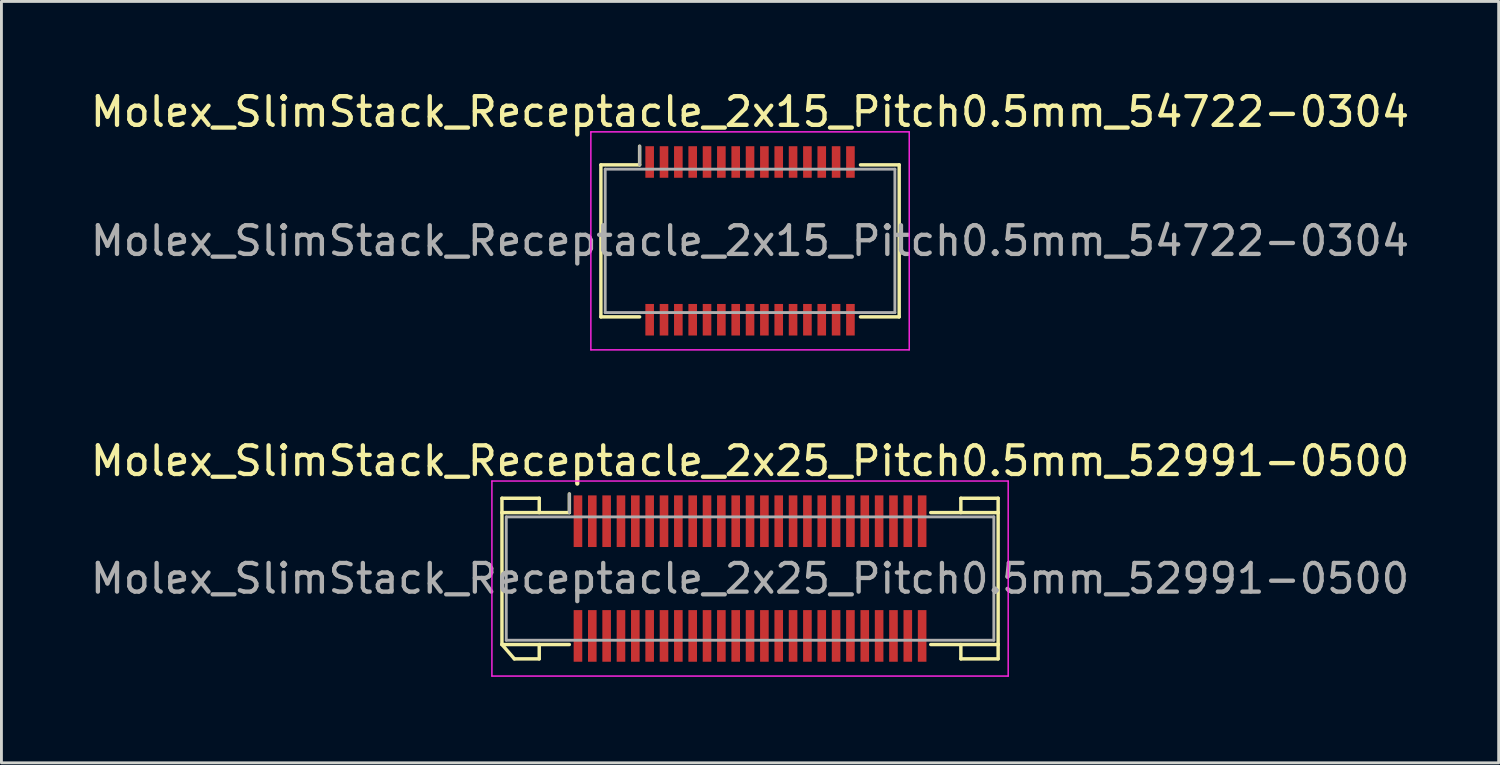
<source format=kicad_pcb>
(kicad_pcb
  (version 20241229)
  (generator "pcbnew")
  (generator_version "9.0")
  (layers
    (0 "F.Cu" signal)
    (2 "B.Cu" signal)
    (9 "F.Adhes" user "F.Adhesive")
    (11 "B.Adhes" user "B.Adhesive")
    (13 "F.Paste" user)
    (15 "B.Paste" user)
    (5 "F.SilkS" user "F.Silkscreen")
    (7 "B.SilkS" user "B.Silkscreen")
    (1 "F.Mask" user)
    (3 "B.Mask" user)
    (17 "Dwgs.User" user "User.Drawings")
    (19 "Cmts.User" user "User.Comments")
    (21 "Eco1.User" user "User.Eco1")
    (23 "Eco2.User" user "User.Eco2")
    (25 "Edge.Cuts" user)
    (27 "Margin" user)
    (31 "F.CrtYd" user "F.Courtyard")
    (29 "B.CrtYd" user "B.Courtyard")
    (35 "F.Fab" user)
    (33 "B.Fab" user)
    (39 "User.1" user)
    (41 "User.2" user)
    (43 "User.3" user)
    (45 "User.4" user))
  (footprint "Molex_SlimStack_Receptacle_2x25_Pitch0.5mm_52991-0500"
    (layer "F.Cu")
    (at 23.101 17.122)
    (property "Reference" "Molex_SlimStack_Receptacle_2x25_Pitch0.5mm_52991-0500" (at 0 -4.1 0) (layer "F.SilkS") (effects (font (size 1 1) (thickness 0.15))))
    (attr smd)
    (fp_line (start -8.65 -2.8) (end -7.35 -2.8) (stroke (width 0.12) (type solid)) (layer "F.SilkS"))
    (fp_line (start -8.65 -2.3) (end -8.65 -2.8) (stroke (width 0.12) (type solid)) (layer "F.SilkS"))
    (fp_line (start -8.65 -2.3) (end -6.3 -2.3) (stroke (width 0.12) (type solid)) (layer "F.SilkS"))
    (fp_line (start -8.65 2.3) (end -8.65 -2.3) (stroke (width 0.12) (type solid)) (layer "F.SilkS"))
    (fp_line (start -8.65 2.3) (end -8.217 2.8) (stroke (width 0.12) (type solid)) (layer "F.SilkS"))
    (fp_line (start -8.217 2.8) (end -7.35 2.8) (stroke (width 0.12) (type solid)) (layer "F.SilkS"))
    (fp_line (start -7.35 -2.8) (end -7.35 -2.3) (stroke (width 0.12) (type solid)) (layer "F.SilkS"))
    (fp_line (start -7.35 2.8) (end -7.35 2.3) (stroke (width 0.12) (type solid)) (layer "F.SilkS"))
    (fp_line (start -6.3 -2.3) (end -6.3 -2.95) (stroke (width 0.12) (type solid)) (layer "F.SilkS"))
    (fp_line (start -6.3 2.3) (end -8.65 2.3) (stroke (width 0.12) (type solid)) (layer "F.SilkS"))
    (fp_line (start 6.3 2.3) (end 8.65 2.3) (stroke (width 0.12) (type solid)) (layer "F.SilkS"))
    (fp_line (start 7.35 -2.8) (end 7.35 -2.3) (stroke (width 0.12) (type solid)) (layer "F.SilkS"))
    (fp_line (start 7.35 2.8) (end 7.35 2.3) (stroke (width 0.12) (type solid)) (layer "F.SilkS"))
    (fp_line (start 8.65 -2.8) (end 7.35 -2.8) (stroke (width 0.12) (type solid)) (layer "F.SilkS"))
    (fp_line (start 8.65 -2.3) (end 6.3 -2.3) (stroke (width 0.12) (type solid)) (layer "F.SilkS"))
    (fp_line (start 8.65 -2.3) (end 8.65 -2.8) (stroke (width 0.12) (type solid)) (layer "F.SilkS"))
    (fp_line (start 8.65 2.3) (end 8.65 -2.3) (stroke (width 0.12) (type solid)) (layer "F.SilkS"))
    (fp_line (start 8.65 2.3) (end 8.65 2.8) (stroke (width 0.12) (type solid)) (layer "F.SilkS"))
    (fp_line (start 8.65 2.8) (end 7.35 2.8) (stroke (width 0.12) (type solid)) (layer "F.SilkS"))
    (fp_line (start -9 -3.4) (end -9 3.4) (stroke (width 0.05) (type solid)) (layer "F.CrtYd"))
    (fp_line (start -9 3.4) (end 9 3.4) (stroke (width 0.05) (type solid)) (layer "F.CrtYd"))
    (fp_line (start 9 -3.4) (end -9 -3.4) (stroke (width 0.05) (type solid)) (layer "F.CrtYd"))
    (fp_line (start 9 3.4) (end 9 -3.4) (stroke (width 0.05) (type solid)) (layer "F.CrtYd"))
    (fp_line (start -8.5 -2.15) (end -8.5 2.15) (stroke (width 0.1) (type solid)) (layer "F.Fab"))
    (fp_line (start -8.5 2.15) (end 8.5 2.15) (stroke (width 0.1) (type solid)) (layer "F.Fab"))
    (fp_line (start -6.3 -2.3) (end -6.3 -2.95) (stroke (width 0.1) (type solid)) (layer "F.Fab"))
    (fp_line (start 8.5 -2.15) (end -8.5 -2.15) (stroke (width 0.1) (type solid)) (layer "F.Fab"))
    (fp_line (start 8.5 2.15) (end 8.5 -2.15) (stroke (width 0.1) (type solid)) (layer "F.Fab"))
    (fp_text user "${REFERENCE}" (at 0 0 0) (layer "F.Fab") (effects (font (size 1 1) (thickness 0.15))))
    (pad "1" smd rect (at -6 -2) (size 0.3 1.8) (layers "F.Cu" "F.Mask" "F.Paste"))
    (pad "2" smd rect (at -6 2) (size 0.3 1.8) (layers "F.Cu" "F.Mask" "F.Paste"))
    (pad "3" smd rect (at -5.5 -2) (size 0.3 1.8) (layers "F.Cu" "F.Mask" "F.Paste"))
    (pad "4" smd rect (at -5.5 2) (size 0.3 1.8) (layers "F.Cu" "F.Mask" "F.Paste"))
    (pad "5" smd rect (at -5 -2) (size 0.3 1.8) (layers "F.Cu" "F.Mask" "F.Paste"))
    (pad "6" smd rect (at -5 2) (size 0.3 1.8) (layers "F.Cu" "F.Mask" "F.Paste"))
    (pad "7" smd rect (at -4.5 -2) (size 0.3 1.8) (layers "F.Cu" "F.Mask" "F.Paste"))
    (pad "8" smd rect (at -4.5 2) (size 0.3 1.8) (layers "F.Cu" "F.Mask" "F.Paste"))
    (pad "9" smd rect (at -4 -2) (size 0.3 1.8) (layers "F.Cu" "F.Mask" "F.Paste"))
    (pad "10" smd rect (at -4 2) (size 0.3 1.8) (layers "F.Cu" "F.Mask" "F.Paste"))
    (pad "11" smd rect (at -3.5 -2) (size 0.3 1.8) (layers "F.Cu" "F.Mask" "F.Paste"))
    (pad "12" smd rect (at -3.5 2) (size 0.3 1.8) (layers "F.Cu" "F.Mask" "F.Paste"))
    (pad "13" smd rect (at -3 -2) (size 0.3 1.8) (layers "F.Cu" "F.Mask" "F.Paste"))
    (pad "14" smd rect (at -3 2) (size 0.3 1.8) (layers "F.Cu" "F.Mask" "F.Paste"))
    (pad "15" smd rect (at -2.5 -2) (size 0.3 1.8) (layers "F.Cu" "F.Mask" "F.Paste"))
    (pad "16" smd rect (at -2.5 2) (size 0.3 1.8) (layers "F.Cu" "F.Mask" "F.Paste"))
    (pad "17" smd rect (at -2 -2) (size 0.3 1.8) (layers "F.Cu" "F.Mask" "F.Paste"))
    (pad "18" smd rect (at -2 2) (size 0.3 1.8) (layers "F.Cu" "F.Mask" "F.Paste"))
    (pad "19" smd rect (at -1.5 -2) (size 0.3 1.8) (layers "F.Cu" "F.Mask" "F.Paste"))
    (pad "20" smd rect (at -1.5 2) (size 0.3 1.8) (layers "F.Cu" "F.Mask" "F.Paste"))
    (pad "21" smd rect (at -1 -2) (size 0.3 1.8) (layers "F.Cu" "F.Mask" "F.Paste"))
    (pad "22" smd rect (at -1 2) (size 0.3 1.8) (layers "F.Cu" "F.Mask" "F.Paste"))
    (pad "23" smd rect (at -0.5 -2) (size 0.3 1.8) (layers "F.Cu" "F.Mask" "F.Paste"))
    (pad "24" smd rect (at -0.5 2) (size 0.3 1.8) (layers "F.Cu" "F.Mask" "F.Paste"))
    (pad "25" smd rect (at 0 -2) (size 0.3 1.8) (layers "F.Cu" "F.Mask" "F.Paste"))
    (pad "26" smd rect (at 0 2) (size 0.3 1.8) (layers "F.Cu" "F.Mask" "F.Paste"))
    (pad "27" smd rect (at 0.5 -2) (size 0.3 1.8) (layers "F.Cu" "F.Mask" "F.Paste"))
    (pad "28" smd rect (at 0.5 2) (size 0.3 1.8) (layers "F.Cu" "F.Mask" "F.Paste"))
    (pad "29" smd rect (at 1 -2) (size 0.3 1.8) (layers "F.Cu" "F.Mask" "F.Paste"))
    (pad "30" smd rect (at 1 2) (size 0.3 1.8) (layers "F.Cu" "F.Mask" "F.Paste"))
    (pad "31" smd rect (at 1.5 -2) (size 0.3 1.8) (layers "F.Cu" "F.Mask" "F.Paste"))
    (pad "32" smd rect (at 1.5 2) (size 0.3 1.8) (layers "F.Cu" "F.Mask" "F.Paste"))
    (pad "33" smd rect (at 2 -2) (size 0.3 1.8) (layers "F.Cu" "F.Mask" "F.Paste"))
    (pad "34" smd rect (at 2 2) (size 0.3 1.8) (layers "F.Cu" "F.Mask" "F.Paste"))
    (pad "35" smd rect (at 2.5 -2) (size 0.3 1.8) (layers "F.Cu" "F.Mask" "F.Paste"))
    (pad "36" smd rect (at 2.5 2) (size 0.3 1.8) (layers "F.Cu" "F.Mask" "F.Paste"))
    (pad "37" smd rect (at 3 -2) (size 0.3 1.8) (layers "F.Cu" "F.Mask" "F.Paste"))
    (pad "38" smd rect (at 3 2) (size 0.3 1.8) (layers "F.Cu" "F.Mask" "F.Paste"))
    (pad "39" smd rect (at 3.5 -2) (size 0.3 1.8) (layers "F.Cu" "F.Mask" "F.Paste"))
    (pad "40" smd rect (at 3.5 2) (size 0.3 1.8) (layers "F.Cu" "F.Mask" "F.Paste"))
    (pad "41" smd rect (at 4 -2) (size 0.3 1.8) (layers "F.Cu" "F.Mask" "F.Paste"))
    (pad "42" smd rect (at 4 2) (size 0.3 1.8) (layers "F.Cu" "F.Mask" "F.Paste"))
    (pad "43" smd rect (at 4.5 -2) (size 0.3 1.8) (layers "F.Cu" "F.Mask" "F.Paste"))
    (pad "44" smd rect (at 4.5 2) (size 0.3 1.8) (layers "F.Cu" "F.Mask" "F.Paste"))
    (pad "45" smd rect (at 5 -2) (size 0.3 1.8) (layers "F.Cu" "F.Mask" "F.Paste"))
    (pad "46" smd rect (at 5 2) (size 0.3 1.8) (layers "F.Cu" "F.Mask" "F.Paste"))
    (pad "47" smd rect (at 5.5 -2) (size 0.3 1.8) (layers "F.Cu" "F.Mask" "F.Paste"))
    (pad "48" smd rect (at 5.5 2) (size 0.3 1.8) (layers "F.Cu" "F.Mask" "F.Paste"))
    (pad "49" smd rect (at 6 -2) (size 0.3 1.8) (layers "F.Cu" "F.Mask" "F.Paste"))
    (pad "50" smd rect (at 6 2) (size 0.3 1.8) (layers "F.Cu" "F.Mask" "F.Paste")))
  (footprint "Molex_SlimStack_Receptacle_2x15_Pitch0.5mm_54722-0304"
    (layer "F.Cu")
    (at 23.101 5.348)
    (property "Reference" "Molex_SlimStack_Receptacle_2x15_Pitch0.5mm_54722-0304" (at 0 -4.5 0) (layer "F.SilkS") (effects (font (size 1 1) (thickness 0.15))))
    (attr smd)
    (fp_line (start -5.2 -2.65) (end -3.85 -2.65) (stroke (width 0.12) (type solid)) (layer "F.SilkS"))
    (fp_line (start -5.2 2.65) (end -5.2 -2.65) (stroke (width 0.12) (type solid)) (layer "F.SilkS"))
    (fp_line (start -3.85 -2.65) (end -3.85 -3.3) (stroke (width 0.12) (type solid)) (layer "F.SilkS"))
    (fp_line (start -3.85 2.65) (end -5.2 2.65) (stroke (width 0.12) (type solid)) (layer "F.SilkS"))
    (fp_line (start 3.85 2.65) (end 5.2 2.65) (stroke (width 0.12) (type solid)) (layer "F.SilkS"))
    (fp_line (start 5.2 -2.65) (end 3.85 -2.65) (stroke (width 0.12) (type solid)) (layer "F.SilkS"))
    (fp_line (start 5.2 2.65) (end 5.2 -2.65) (stroke (width 0.12) (type solid)) (layer "F.SilkS"))
    (fp_line (start -5.55 -3.8) (end -5.55 3.8) (stroke (width 0.05) (type solid)) (layer "F.CrtYd"))
    (fp_line (start -5.55 3.8) (end 5.55 3.8) (stroke (width 0.05) (type solid)) (layer "F.CrtYd"))
    (fp_line (start 5.55 -3.8) (end -5.55 -3.8) (stroke (width 0.05) (type solid)) (layer "F.CrtYd"))
    (fp_line (start 5.55 3.8) (end 5.55 -3.8) (stroke (width 0.05) (type solid)) (layer "F.CrtYd"))
    (fp_line (start -5.05 -2.5) (end -5.05 2.5) (stroke (width 0.1) (type solid)) (layer "F.Fab"))
    (fp_line (start -5.05 2.5) (end 5.05 2.5) (stroke (width 0.1) (type solid)) (layer "F.Fab"))
    (fp_line (start -3.85 -2.65) (end -3.85 -3.3) (stroke (width 0.1) (type solid)) (layer "F.Fab"))
    (fp_line (start 5.05 -2.5) (end -5.05 -2.5) (stroke (width 0.1) (type solid)) (layer "F.Fab"))
    (fp_line (start 5.05 2.5) (end 5.05 -2.5) (stroke (width 0.1) (type solid)) (layer "F.Fab"))
    (fp_text user "${REFERENCE}" (at 0 0 0) (layer "F.Fab") (effects (font (size 1 1) (thickness 0.15))))
    (pad "1" smd rect (at -3.5 -2.75) (size 0.3 1.1) (layers "F.Cu" "F.Mask" "F.Paste"))
    (pad "2" smd rect (at -3.5 2.75) (size 0.3 1.1) (layers "F.Cu" "F.Mask" "F.Paste"))
    (pad "3" smd rect (at -3 -2.75) (size 0.3 1.1) (layers "F.Cu" "F.Mask" "F.Paste"))
    (pad "4" smd rect (at -3 2.75) (size 0.3 1.1) (layers "F.Cu" "F.Mask" "F.Paste"))
    (pad "5" smd rect (at -2.5 -2.75) (size 0.3 1.1) (layers "F.Cu" "F.Mask" "F.Paste"))
    (pad "6" smd rect (at -2.5 2.75) (size 0.3 1.1) (layers "F.Cu" "F.Mask" "F.Paste"))
    (pad "7" smd rect (at -2 -2.75) (size 0.3 1.1) (layers "F.Cu" "F.Mask" "F.Paste"))
    (pad "8" smd rect (at -2 2.75) (size 0.3 1.1) (layers "F.Cu" "F.Mask" "F.Paste"))
    (pad "9" smd rect (at -1.5 -2.75) (size 0.3 1.1) (layers "F.Cu" "F.Mask" "F.Paste"))
    (pad "10" smd rect (at -1.5 2.75) (size 0.3 1.1) (layers "F.Cu" "F.Mask" "F.Paste"))
    (pad "11" smd rect (at -1 -2.75) (size 0.3 1.1) (layers "F.Cu" "F.Mask" "F.Paste"))
    (pad "12" smd rect (at -1 2.75) (size 0.3 1.1) (layers "F.Cu" "F.Mask" "F.Paste"))
    (pad "13" smd rect (at -0.5 -2.75) (size 0.3 1.1) (layers "F.Cu" "F.Mask" "F.Paste"))
    (pad "14" smd rect (at -0.5 2.75) (size 0.3 1.1) (layers "F.Cu" "F.Mask" "F.Paste"))
    (pad "15" smd rect (at 0 -2.75) (size 0.3 1.1) (layers "F.Cu" "F.Mask" "F.Paste"))
    (pad "16" smd rect (at 0 2.75) (size 0.3 1.1) (layers "F.Cu" "F.Mask" "F.Paste"))
    (pad "17" smd rect (at 0.5 -2.75) (size 0.3 1.1) (layers "F.Cu" "F.Mask" "F.Paste"))
    (pad "18" smd rect (at 0.5 2.75) (size 0.3 1.1) (layers "F.Cu" "F.Mask" "F.Paste"))
    (pad "19" smd rect (at 1 -2.75) (size 0.3 1.1) (layers "F.Cu" "F.Mask" "F.Paste"))
    (pad "20" smd rect (at 1 2.75) (size 0.3 1.1) (layers "F.Cu" "F.Mask" "F.Paste"))
    (pad "21" smd rect (at 1.5 -2.75) (size 0.3 1.1) (layers "F.Cu" "F.Mask" "F.Paste"))
    (pad "22" smd rect (at 1.5 2.75) (size 0.3 1.1) (layers "F.Cu" "F.Mask" "F.Paste"))
    (pad "23" smd rect (at 2 -2.75) (size 0.3 1.1) (layers "F.Cu" "F.Mask" "F.Paste"))
    (pad "24" smd rect (at 2 2.75) (size 0.3 1.1) (layers "F.Cu" "F.Mask" "F.Paste"))
    (pad "25" smd rect (at 2.5 -2.75) (size 0.3 1.1) (layers "F.Cu" "F.Mask" "F.Paste"))
    (pad "26" smd rect (at 2.5 2.75) (size 0.3 1.1) (layers "F.Cu" "F.Mask" "F.Paste"))
    (pad "27" smd rect (at 3 -2.75) (size 0.3 1.1) (layers "F.Cu" "F.Mask" "F.Paste"))
    (pad "28" smd rect (at 3 2.75) (size 0.3 1.1) (layers "F.Cu" "F.Mask" "F.Paste"))
    (pad "29" smd rect (at 3.5 -2.75) (size 0.3 1.1) (layers "F.Cu" "F.Mask" "F.Paste"))
    (pad "30" smd rect (at 3.5 2.75) (size 0.3 1.1) (layers "F.Cu" "F.Mask" "F.Paste")))
  (gr_rect
    (start -3 -3)
    (end 49.202 23.547)
    (stroke (width 0.1) (type default))
    (fill no)
    (layer "Edge.Cuts")))
</source>
